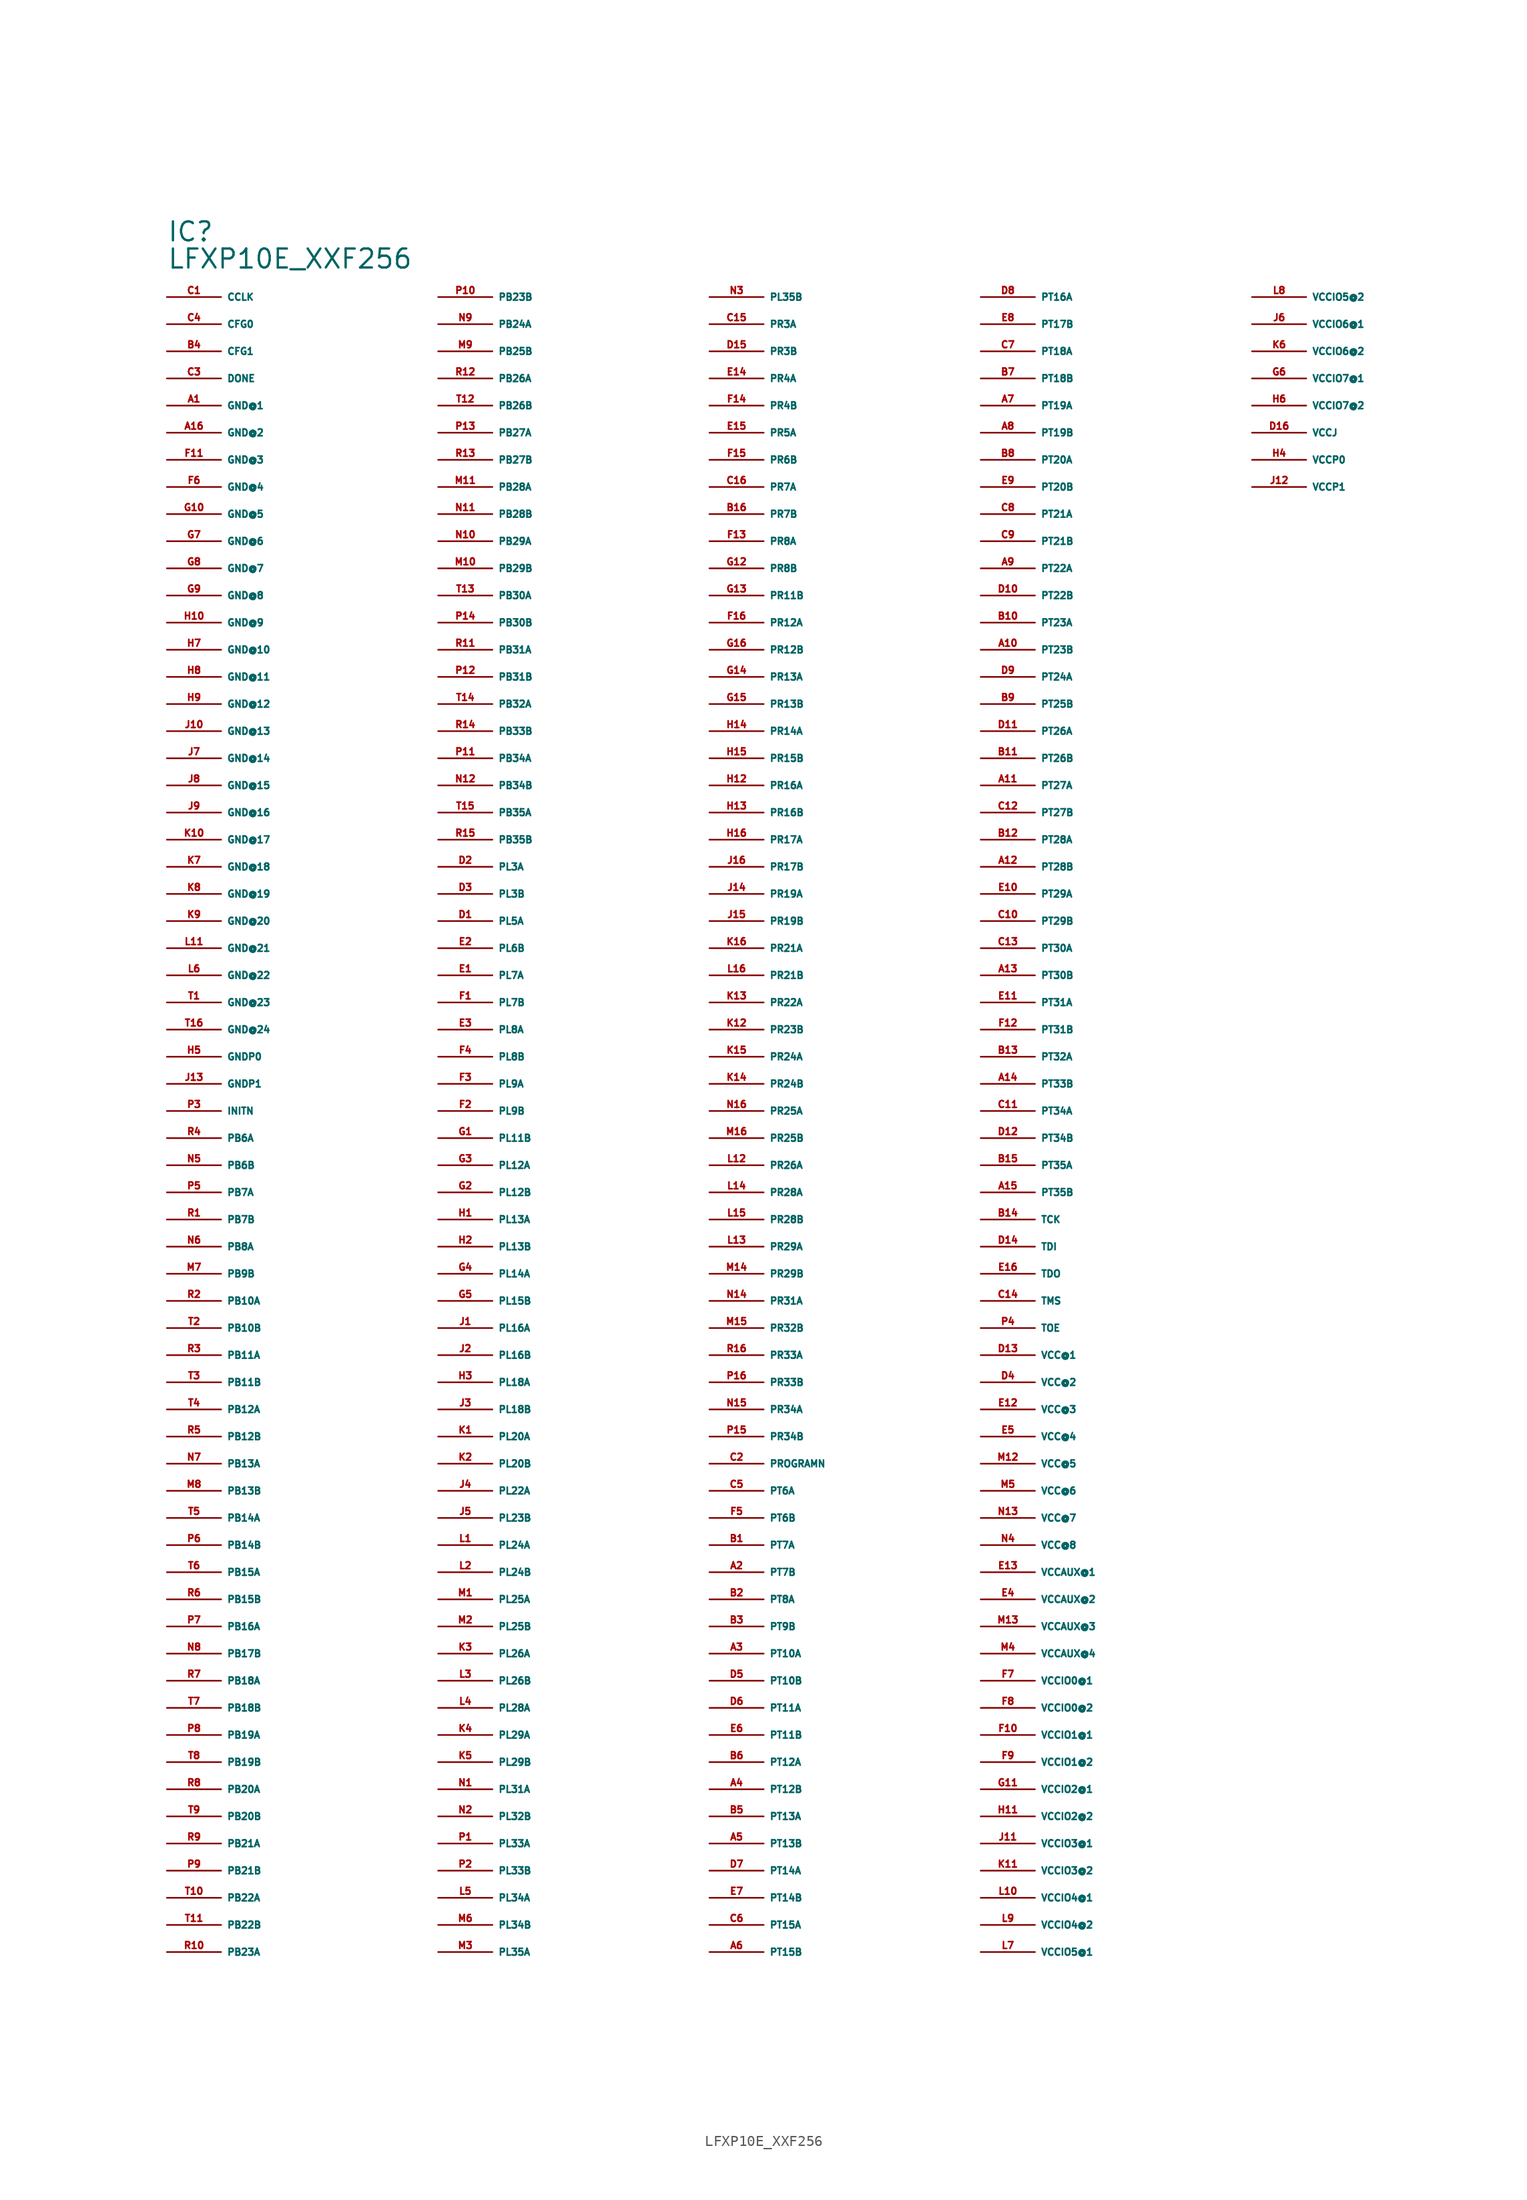
<source format=kicad_sym>
(kicad_symbol_lib
  (version 20220914)
  (generator Eagle2Kicad)
  (symbol "LFXP10E_XXF256"
    (property "Reference" "IC"
      (at -55.88 86.36 0)
      (effects (font (size 1.778 1.778) (thickness 0.22)) (justify left bottom)))
    (property "Value" "LFXP10E_XXF256"
      (at -55.88 83.82 0)
      (effects (font (size 1.778 1.778) (thickness 0.22)) (justify left bottom)))
    (pin bidirectional line
      (at -55.88 81.28 0)
      (length 5.08)
      (name "CCLK" (effects (font (size 0.635 0.635) (thickness 0.08)) (justify left bottom)))
      (number "C1" (effects (font (size 0.635 0.635) (thickness 0.08)) (justify left bottom))))
    (pin input line
      (at -55.88 78.74 0)
      (length 5.08)
      (name "CFG0" (effects (font (size 0.635 0.635) (thickness 0.08)) (justify left bottom)))
      (number "C4" (effects (font (size 0.635 0.635) (thickness 0.08)) (justify left bottom))))
    (pin input line
      (at -55.88 76.2 0)
      (length 5.08)
      (name "CFG1" (effects (font (size 0.635 0.635) (thickness 0.08)) (justify left bottom)))
      (number "B4" (effects (font (size 0.635 0.635) (thickness 0.08)) (justify left bottom))))
    (pin bidirectional line
      (at -55.88 73.66 0)
      (length 5.08)
      (name "DONE" (effects (font (size 0.635 0.635) (thickness 0.08)) (justify left bottom)))
      (number "C3" (effects (font (size 0.635 0.635) (thickness 0.08)) (justify left bottom))))
    (pin unspecified line
      (at -55.88 71.12 0)
      (length 5.08)
      (name "GND@1" (effects (font (size 0.635 0.635) (thickness 0.08)) (justify left bottom)))
      (number "A1" (effects (font (size 0.635 0.635) (thickness 0.08)) (justify left bottom))))
    (pin unspecified line
      (at -55.88 68.58 0)
      (length 5.08)
      (name "GND@2" (effects (font (size 0.635 0.635) (thickness 0.08)) (justify left bottom)))
      (number "A16" (effects (font (size 0.635 0.635) (thickness 0.08)) (justify left bottom))))
    (pin unspecified line
      (at -55.88 66.04 0)
      (length 5.08)
      (name "GND@3" (effects (font (size 0.635 0.635) (thickness 0.08)) (justify left bottom)))
      (number "F11" (effects (font (size 0.635 0.635) (thickness 0.08)) (justify left bottom))))
    (pin unspecified line
      (at -55.88 63.5 0)
      (length 5.08)
      (name "GND@4" (effects (font (size 0.635 0.635) (thickness 0.08)) (justify left bottom)))
      (number "F6" (effects (font (size 0.635 0.635) (thickness 0.08)) (justify left bottom))))
    (pin unspecified line
      (at -55.88 60.96 0)
      (length 5.08)
      (name "GND@5" (effects (font (size 0.635 0.635) (thickness 0.08)) (justify left bottom)))
      (number "G10" (effects (font (size 0.635 0.635) (thickness 0.08)) (justify left bottom))))
    (pin unspecified line
      (at -55.88 58.42 0)
      (length 5.08)
      (name "GND@6" (effects (font (size 0.635 0.635) (thickness 0.08)) (justify left bottom)))
      (number "G7" (effects (font (size 0.635 0.635) (thickness 0.08)) (justify left bottom))))
    (pin unspecified line
      (at -55.88 55.88 0)
      (length 5.08)
      (name "GND@7" (effects (font (size 0.635 0.635) (thickness 0.08)) (justify left bottom)))
      (number "G8" (effects (font (size 0.635 0.635) (thickness 0.08)) (justify left bottom))))
    (pin unspecified line
      (at -55.88 53.34 0)
      (length 5.08)
      (name "GND@8" (effects (font (size 0.635 0.635) (thickness 0.08)) (justify left bottom)))
      (number "G9" (effects (font (size 0.635 0.635) (thickness 0.08)) (justify left bottom))))
    (pin unspecified line
      (at -55.88 50.8 0)
      (length 5.08)
      (name "GND@9" (effects (font (size 0.635 0.635) (thickness 0.08)) (justify left bottom)))
      (number "H10" (effects (font (size 0.635 0.635) (thickness 0.08)) (justify left bottom))))
    (pin unspecified line
      (at -55.88 48.26 0)
      (length 5.08)
      (name "GND@10" (effects (font (size 0.635 0.635) (thickness 0.08)) (justify left bottom)))
      (number "H7" (effects (font (size 0.635 0.635) (thickness 0.08)) (justify left bottom))))
    (pin unspecified line
      (at -55.88 45.72 0)
      (length 5.08)
      (name "GND@11" (effects (font (size 0.635 0.635) (thickness 0.08)) (justify left bottom)))
      (number "H8" (effects (font (size 0.635 0.635) (thickness 0.08)) (justify left bottom))))
    (pin unspecified line
      (at -55.88 43.18 0)
      (length 5.08)
      (name "GND@12" (effects (font (size 0.635 0.635) (thickness 0.08)) (justify left bottom)))
      (number "H9" (effects (font (size 0.635 0.635) (thickness 0.08)) (justify left bottom))))
    (pin unspecified line
      (at -55.88 40.64 0)
      (length 5.08)
      (name "GND@13" (effects (font (size 0.635 0.635) (thickness 0.08)) (justify left bottom)))
      (number "J10" (effects (font (size 0.635 0.635) (thickness 0.08)) (justify left bottom))))
    (pin unspecified line
      (at -55.88 38.1 0)
      (length 5.08)
      (name "GND@14" (effects (font (size 0.635 0.635) (thickness 0.08)) (justify left bottom)))
      (number "J7" (effects (font (size 0.635 0.635) (thickness 0.08)) (justify left bottom))))
    (pin unspecified line
      (at -55.88 35.56 0)
      (length 5.08)
      (name "GND@15" (effects (font (size 0.635 0.635) (thickness 0.08)) (justify left bottom)))
      (number "J8" (effects (font (size 0.635 0.635) (thickness 0.08)) (justify left bottom))))
    (pin unspecified line
      (at -55.88 33.02 0)
      (length 5.08)
      (name "GND@16" (effects (font (size 0.635 0.635) (thickness 0.08)) (justify left bottom)))
      (number "J9" (effects (font (size 0.635 0.635) (thickness 0.08)) (justify left bottom))))
    (pin unspecified line
      (at -55.88 30.48 0)
      (length 5.08)
      (name "GND@17" (effects (font (size 0.635 0.635) (thickness 0.08)) (justify left bottom)))
      (number "K10" (effects (font (size 0.635 0.635) (thickness 0.08)) (justify left bottom))))
    (pin unspecified line
      (at -55.88 27.94 0)
      (length 5.08)
      (name "GND@18" (effects (font (size 0.635 0.635) (thickness 0.08)) (justify left bottom)))
      (number "K7" (effects (font (size 0.635 0.635) (thickness 0.08)) (justify left bottom))))
    (pin unspecified line
      (at -55.88 25.4 0)
      (length 5.08)
      (name "GND@19" (effects (font (size 0.635 0.635) (thickness 0.08)) (justify left bottom)))
      (number "K8" (effects (font (size 0.635 0.635) (thickness 0.08)) (justify left bottom))))
    (pin unspecified line
      (at -55.88 22.86 0)
      (length 5.08)
      (name "GND@20" (effects (font (size 0.635 0.635) (thickness 0.08)) (justify left bottom)))
      (number "K9" (effects (font (size 0.635 0.635) (thickness 0.08)) (justify left bottom))))
    (pin unspecified line
      (at -55.88 20.32 0)
      (length 5.08)
      (name "GND@21" (effects (font (size 0.635 0.635) (thickness 0.08)) (justify left bottom)))
      (number "L11" (effects (font (size 0.635 0.635) (thickness 0.08)) (justify left bottom))))
    (pin unspecified line
      (at -55.88 17.78 0)
      (length 5.08)
      (name "GND@22" (effects (font (size 0.635 0.635) (thickness 0.08)) (justify left bottom)))
      (number "L6" (effects (font (size 0.635 0.635) (thickness 0.08)) (justify left bottom))))
    (pin unspecified line
      (at -55.88 15.24 0)
      (length 5.08)
      (name "GND@23" (effects (font (size 0.635 0.635) (thickness 0.08)) (justify left bottom)))
      (number "T1" (effects (font (size 0.635 0.635) (thickness 0.08)) (justify left bottom))))
    (pin unspecified line
      (at -55.88 12.7 0)
      (length 5.08)
      (name "GND@24" (effects (font (size 0.635 0.635) (thickness 0.08)) (justify left bottom)))
      (number "T16" (effects (font (size 0.635 0.635) (thickness 0.08)) (justify left bottom))))
    (pin unspecified line
      (at -55.88 10.16 0)
      (length 5.08)
      (name "GNDP0" (effects (font (size 0.635 0.635) (thickness 0.08)) (justify left bottom)))
      (number "H5" (effects (font (size 0.635 0.635) (thickness 0.08)) (justify left bottom))))
    (pin unspecified line
      (at -55.88 7.62 0)
      (length 5.08)
      (name "GNDP1" (effects (font (size 0.635 0.635) (thickness 0.08)) (justify left bottom)))
      (number "J13" (effects (font (size 0.635 0.635) (thickness 0.08)) (justify left bottom))))
    (pin bidirectional line
      (at -55.88 5.08 0)
      (length 5.08)
      (name "INITN" (effects (font (size 0.635 0.635) (thickness 0.08)) (justify left bottom)))
      (number "P3" (effects (font (size 0.635 0.635) (thickness 0.08)) (justify left bottom))))
    (pin bidirectional line
      (at -55.88 2.54 0)
      (length 5.08)
      (name "PB6A" (effects (font (size 0.635 0.635) (thickness 0.08)) (justify left bottom)))
      (number "R4" (effects (font (size 0.635 0.635) (thickness 0.08)) (justify left bottom))))
    (pin bidirectional line
      (at -55.88 0 0)
      (length 5.08)
      (name "PB6B" (effects (font (size 0.635 0.635) (thickness 0.08)) (justify left bottom)))
      (number "N5" (effects (font (size 0.635 0.635) (thickness 0.08)) (justify left bottom))))
    (pin bidirectional line
      (at -55.88 -2.54 0)
      (length 5.08)
      (name "PB7A" (effects (font (size 0.635 0.635) (thickness 0.08)) (justify left bottom)))
      (number "P5" (effects (font (size 0.635 0.635) (thickness 0.08)) (justify left bottom))))
    (pin bidirectional line
      (at -55.88 -5.08 0)
      (length 5.08)
      (name "PB7B" (effects (font (size 0.635 0.635) (thickness 0.08)) (justify left bottom)))
      (number "R1" (effects (font (size 0.635 0.635) (thickness 0.08)) (justify left bottom))))
    (pin bidirectional line
      (at -55.88 -7.62 0)
      (length 5.08)
      (name "PB8A" (effects (font (size 0.635 0.635) (thickness 0.08)) (justify left bottom)))
      (number "N6" (effects (font (size 0.635 0.635) (thickness 0.08)) (justify left bottom))))
    (pin bidirectional line
      (at -55.88 -10.16 0)
      (length 5.08)
      (name "PB9B" (effects (font (size 0.635 0.635) (thickness 0.08)) (justify left bottom)))
      (number "M7" (effects (font (size 0.635 0.635) (thickness 0.08)) (justify left bottom))))
    (pin bidirectional line
      (at -55.88 -12.7 0)
      (length 5.08)
      (name "PB10A" (effects (font (size 0.635 0.635) (thickness 0.08)) (justify left bottom)))
      (number "R2" (effects (font (size 0.635 0.635) (thickness 0.08)) (justify left bottom))))
    (pin bidirectional line
      (at -55.88 -15.24 0)
      (length 5.08)
      (name "PB10B" (effects (font (size 0.635 0.635) (thickness 0.08)) (justify left bottom)))
      (number "T2" (effects (font (size 0.635 0.635) (thickness 0.08)) (justify left bottom))))
    (pin bidirectional line
      (at -55.88 -17.78 0)
      (length 5.08)
      (name "PB11A" (effects (font (size 0.635 0.635) (thickness 0.08)) (justify left bottom)))
      (number "R3" (effects (font (size 0.635 0.635) (thickness 0.08)) (justify left bottom))))
    (pin bidirectional line
      (at -55.88 -20.32 0)
      (length 5.08)
      (name "PB11B" (effects (font (size 0.635 0.635) (thickness 0.08)) (justify left bottom)))
      (number "T3" (effects (font (size 0.635 0.635) (thickness 0.08)) (justify left bottom))))
    (pin bidirectional line
      (at -55.88 -22.86 0)
      (length 5.08)
      (name "PB12A" (effects (font (size 0.635 0.635) (thickness 0.08)) (justify left bottom)))
      (number "T4" (effects (font (size 0.635 0.635) (thickness 0.08)) (justify left bottom))))
    (pin bidirectional line
      (at -55.88 -25.4 0)
      (length 5.08)
      (name "PB12B" (effects (font (size 0.635 0.635) (thickness 0.08)) (justify left bottom)))
      (number "R5" (effects (font (size 0.635 0.635) (thickness 0.08)) (justify left bottom))))
    (pin bidirectional line
      (at -55.88 -27.94 0)
      (length 5.08)
      (name "PB13A" (effects (font (size 0.635 0.635) (thickness 0.08)) (justify left bottom)))
      (number "N7" (effects (font (size 0.635 0.635) (thickness 0.08)) (justify left bottom))))
    (pin bidirectional line
      (at -55.88 -30.48 0)
      (length 5.08)
      (name "PB13B" (effects (font (size 0.635 0.635) (thickness 0.08)) (justify left bottom)))
      (number "M8" (effects (font (size 0.635 0.635) (thickness 0.08)) (justify left bottom))))
    (pin bidirectional line
      (at -55.88 -33.02 0)
      (length 5.08)
      (name "PB14A" (effects (font (size 0.635 0.635) (thickness 0.08)) (justify left bottom)))
      (number "T5" (effects (font (size 0.635 0.635) (thickness 0.08)) (justify left bottom))))
    (pin bidirectional line
      (at -55.88 -35.56 0)
      (length 5.08)
      (name "PB14B" (effects (font (size 0.635 0.635) (thickness 0.08)) (justify left bottom)))
      (number "P6" (effects (font (size 0.635 0.635) (thickness 0.08)) (justify left bottom))))
    (pin bidirectional line
      (at -55.88 -38.1 0)
      (length 5.08)
      (name "PB15A" (effects (font (size 0.635 0.635) (thickness 0.08)) (justify left bottom)))
      (number "T6" (effects (font (size 0.635 0.635) (thickness 0.08)) (justify left bottom))))
    (pin bidirectional line
      (at -55.88 -40.64 0)
      (length 5.08)
      (name "PB15B" (effects (font (size 0.635 0.635) (thickness 0.08)) (justify left bottom)))
      (number "R6" (effects (font (size 0.635 0.635) (thickness 0.08)) (justify left bottom))))
    (pin bidirectional line
      (at -55.88 -43.18 0)
      (length 5.08)
      (name "PB16A" (effects (font (size 0.635 0.635) (thickness 0.08)) (justify left bottom)))
      (number "P7" (effects (font (size 0.635 0.635) (thickness 0.08)) (justify left bottom))))
    (pin bidirectional line
      (at -55.88 -45.72 0)
      (length 5.08)
      (name "PB17B" (effects (font (size 0.635 0.635) (thickness 0.08)) (justify left bottom)))
      (number "N8" (effects (font (size 0.635 0.635) (thickness 0.08)) (justify left bottom))))
    (pin bidirectional line
      (at -55.88 -48.26 0)
      (length 5.08)
      (name "PB18A" (effects (font (size 0.635 0.635) (thickness 0.08)) (justify left bottom)))
      (number "R7" (effects (font (size 0.635 0.635) (thickness 0.08)) (justify left bottom))))
    (pin bidirectional line
      (at -55.88 -50.8 0)
      (length 5.08)
      (name "PB18B" (effects (font (size 0.635 0.635) (thickness 0.08)) (justify left bottom)))
      (number "T7" (effects (font (size 0.635 0.635) (thickness 0.08)) (justify left bottom))))
    (pin bidirectional line
      (at -55.88 -53.34 0)
      (length 5.08)
      (name "PB19A" (effects (font (size 0.635 0.635) (thickness 0.08)) (justify left bottom)))
      (number "P8" (effects (font (size 0.635 0.635) (thickness 0.08)) (justify left bottom))))
    (pin bidirectional line
      (at -55.88 -55.88 0)
      (length 5.08)
      (name "PB19B" (effects (font (size 0.635 0.635) (thickness 0.08)) (justify left bottom)))
      (number "T8" (effects (font (size 0.635 0.635) (thickness 0.08)) (justify left bottom))))
    (pin bidirectional line
      (at -55.88 -58.42 0)
      (length 5.08)
      (name "PB20A" (effects (font (size 0.635 0.635) (thickness 0.08)) (justify left bottom)))
      (number "R8" (effects (font (size 0.635 0.635) (thickness 0.08)) (justify left bottom))))
    (pin bidirectional line
      (at -55.88 -60.96 0)
      (length 5.08)
      (name "PB20B" (effects (font (size 0.635 0.635) (thickness 0.08)) (justify left bottom)))
      (number "T9" (effects (font (size 0.635 0.635) (thickness 0.08)) (justify left bottom))))
    (pin bidirectional line
      (at -55.88 -63.5 0)
      (length 5.08)
      (name "PB21A" (effects (font (size 0.635 0.635) (thickness 0.08)) (justify left bottom)))
      (number "R9" (effects (font (size 0.635 0.635) (thickness 0.08)) (justify left bottom))))
    (pin bidirectional line
      (at -55.88 -66.04 0)
      (length 5.08)
      (name "PB21B" (effects (font (size 0.635 0.635) (thickness 0.08)) (justify left bottom)))
      (number "P9" (effects (font (size 0.635 0.635) (thickness 0.08)) (justify left bottom))))
    (pin bidirectional line
      (at -55.88 -68.58 0)
      (length 5.08)
      (name "PB22A" (effects (font (size 0.635 0.635) (thickness 0.08)) (justify left bottom)))
      (number "T10" (effects (font (size 0.635 0.635) (thickness 0.08)) (justify left bottom))))
    (pin bidirectional line
      (at -55.88 -71.12 0)
      (length 5.08)
      (name "PB22B" (effects (font (size 0.635 0.635) (thickness 0.08)) (justify left bottom)))
      (number "T11" (effects (font (size 0.635 0.635) (thickness 0.08)) (justify left bottom))))
    (pin bidirectional line
      (at -55.88 -73.66 0)
      (length 5.08)
      (name "PB23A" (effects (font (size 0.635 0.635) (thickness 0.08)) (justify left bottom)))
      (number "R10" (effects (font (size 0.635 0.635) (thickness 0.08)) (justify left bottom))))
    (pin bidirectional line
      (at -30.48 81.28 0)
      (length 5.08)
      (name "PB23B" (effects (font (size 0.635 0.635) (thickness 0.08)) (justify left bottom)))
      (number "P10" (effects (font (size 0.635 0.635) (thickness 0.08)) (justify left bottom))))
    (pin bidirectional line
      (at -30.48 78.74 0)
      (length 5.08)
      (name "PB24A" (effects (font (size 0.635 0.635) (thickness 0.08)) (justify left bottom)))
      (number "N9" (effects (font (size 0.635 0.635) (thickness 0.08)) (justify left bottom))))
    (pin bidirectional line
      (at -30.48 76.2 0)
      (length 5.08)
      (name "PB25B" (effects (font (size 0.635 0.635) (thickness 0.08)) (justify left bottom)))
      (number "M9" (effects (font (size 0.635 0.635) (thickness 0.08)) (justify left bottom))))
    (pin bidirectional line
      (at -30.48 73.66 0)
      (length 5.08)
      (name "PB26A" (effects (font (size 0.635 0.635) (thickness 0.08)) (justify left bottom)))
      (number "R12" (effects (font (size 0.635 0.635) (thickness 0.08)) (justify left bottom))))
    (pin bidirectional line
      (at -30.48 71.12 0)
      (length 5.08)
      (name "PB26B" (effects (font (size 0.635 0.635) (thickness 0.08)) (justify left bottom)))
      (number "T12" (effects (font (size 0.635 0.635) (thickness 0.08)) (justify left bottom))))
    (pin bidirectional line
      (at -30.48 68.58 0)
      (length 5.08)
      (name "PB27A" (effects (font (size 0.635 0.635) (thickness 0.08)) (justify left bottom)))
      (number "P13" (effects (font (size 0.635 0.635) (thickness 0.08)) (justify left bottom))))
    (pin bidirectional line
      (at -30.48 66.04 0)
      (length 5.08)
      (name "PB27B" (effects (font (size 0.635 0.635) (thickness 0.08)) (justify left bottom)))
      (number "R13" (effects (font (size 0.635 0.635) (thickness 0.08)) (justify left bottom))))
    (pin bidirectional line
      (at -30.48 63.5 0)
      (length 5.08)
      (name "PB28A" (effects (font (size 0.635 0.635) (thickness 0.08)) (justify left bottom)))
      (number "M11" (effects (font (size 0.635 0.635) (thickness 0.08)) (justify left bottom))))
    (pin bidirectional line
      (at -30.48 60.96 0)
      (length 5.08)
      (name "PB28B" (effects (font (size 0.635 0.635) (thickness 0.08)) (justify left bottom)))
      (number "N11" (effects (font (size 0.635 0.635) (thickness 0.08)) (justify left bottom))))
    (pin bidirectional line
      (at -30.48 58.42 0)
      (length 5.08)
      (name "PB29A" (effects (font (size 0.635 0.635) (thickness 0.08)) (justify left bottom)))
      (number "N10" (effects (font (size 0.635 0.635) (thickness 0.08)) (justify left bottom))))
    (pin bidirectional line
      (at -30.48 55.88 0)
      (length 5.08)
      (name "PB29B" (effects (font (size 0.635 0.635) (thickness 0.08)) (justify left bottom)))
      (number "M10" (effects (font (size 0.635 0.635) (thickness 0.08)) (justify left bottom))))
    (pin bidirectional line
      (at -30.48 53.34 0)
      (length 5.08)
      (name "PB30A" (effects (font (size 0.635 0.635) (thickness 0.08)) (justify left bottom)))
      (number "T13" (effects (font (size 0.635 0.635) (thickness 0.08)) (justify left bottom))))
    (pin bidirectional line
      (at -30.48 50.8 0)
      (length 5.08)
      (name "PB30B" (effects (font (size 0.635 0.635) (thickness 0.08)) (justify left bottom)))
      (number "P14" (effects (font (size 0.635 0.635) (thickness 0.08)) (justify left bottom))))
    (pin bidirectional line
      (at -30.48 48.26 0)
      (length 5.08)
      (name "PB31A" (effects (font (size 0.635 0.635) (thickness 0.08)) (justify left bottom)))
      (number "R11" (effects (font (size 0.635 0.635) (thickness 0.08)) (justify left bottom))))
    (pin bidirectional line
      (at -30.48 45.72 0)
      (length 5.08)
      (name "PB31B" (effects (font (size 0.635 0.635) (thickness 0.08)) (justify left bottom)))
      (number "P12" (effects (font (size 0.635 0.635) (thickness 0.08)) (justify left bottom))))
    (pin bidirectional line
      (at -30.48 43.18 0)
      (length 5.08)
      (name "PB32A" (effects (font (size 0.635 0.635) (thickness 0.08)) (justify left bottom)))
      (number "T14" (effects (font (size 0.635 0.635) (thickness 0.08)) (justify left bottom))))
    (pin bidirectional line
      (at -30.48 40.64 0)
      (length 5.08)
      (name "PB33B" (effects (font (size 0.635 0.635) (thickness 0.08)) (justify left bottom)))
      (number "R14" (effects (font (size 0.635 0.635) (thickness 0.08)) (justify left bottom))))
    (pin bidirectional line
      (at -30.48 38.1 0)
      (length 5.08)
      (name "PB34A" (effects (font (size 0.635 0.635) (thickness 0.08)) (justify left bottom)))
      (number "P11" (effects (font (size 0.635 0.635) (thickness 0.08)) (justify left bottom))))
    (pin bidirectional line
      (at -30.48 35.56 0)
      (length 5.08)
      (name "PB34B" (effects (font (size 0.635 0.635) (thickness 0.08)) (justify left bottom)))
      (number "N12" (effects (font (size 0.635 0.635) (thickness 0.08)) (justify left bottom))))
    (pin bidirectional line
      (at -30.48 33.02 0)
      (length 5.08)
      (name "PB35A" (effects (font (size 0.635 0.635) (thickness 0.08)) (justify left bottom)))
      (number "T15" (effects (font (size 0.635 0.635) (thickness 0.08)) (justify left bottom))))
    (pin bidirectional line
      (at -30.48 30.48 0)
      (length 5.08)
      (name "PB35B" (effects (font (size 0.635 0.635) (thickness 0.08)) (justify left bottom)))
      (number "R15" (effects (font (size 0.635 0.635) (thickness 0.08)) (justify left bottom))))
    (pin bidirectional line
      (at -30.48 27.94 0)
      (length 5.08)
      (name "PL3A" (effects (font (size 0.635 0.635) (thickness 0.08)) (justify left bottom)))
      (number "D2" (effects (font (size 0.635 0.635) (thickness 0.08)) (justify left bottom))))
    (pin bidirectional line
      (at -30.48 25.4 0)
      (length 5.08)
      (name "PL3B" (effects (font (size 0.635 0.635) (thickness 0.08)) (justify left bottom)))
      (number "D3" (effects (font (size 0.635 0.635) (thickness 0.08)) (justify left bottom))))
    (pin bidirectional line
      (at -30.48 22.86 0)
      (length 5.08)
      (name "PL5A" (effects (font (size 0.635 0.635) (thickness 0.08)) (justify left bottom)))
      (number "D1" (effects (font (size 0.635 0.635) (thickness 0.08)) (justify left bottom))))
    (pin bidirectional line
      (at -30.48 20.32 0)
      (length 5.08)
      (name "PL6B" (effects (font (size 0.635 0.635) (thickness 0.08)) (justify left bottom)))
      (number "E2" (effects (font (size 0.635 0.635) (thickness 0.08)) (justify left bottom))))
    (pin bidirectional line
      (at -30.48 17.78 0)
      (length 5.08)
      (name "PL7A" (effects (font (size 0.635 0.635) (thickness 0.08)) (justify left bottom)))
      (number "E1" (effects (font (size 0.635 0.635) (thickness 0.08)) (justify left bottom))))
    (pin bidirectional line
      (at -30.48 15.24 0)
      (length 5.08)
      (name "PL7B" (effects (font (size 0.635 0.635) (thickness 0.08)) (justify left bottom)))
      (number "F1" (effects (font (size 0.635 0.635) (thickness 0.08)) (justify left bottom))))
    (pin bidirectional line
      (at -30.48 12.7 0)
      (length 5.08)
      (name "PL8A" (effects (font (size 0.635 0.635) (thickness 0.08)) (justify left bottom)))
      (number "E3" (effects (font (size 0.635 0.635) (thickness 0.08)) (justify left bottom))))
    (pin bidirectional line
      (at -30.48 10.16 0)
      (length 5.08)
      (name "PL8B" (effects (font (size 0.635 0.635) (thickness 0.08)) (justify left bottom)))
      (number "F4" (effects (font (size 0.635 0.635) (thickness 0.08)) (justify left bottom))))
    (pin bidirectional line
      (at -30.48 7.62 0)
      (length 5.08)
      (name "PL9A" (effects (font (size 0.635 0.635) (thickness 0.08)) (justify left bottom)))
      (number "F3" (effects (font (size 0.635 0.635) (thickness 0.08)) (justify left bottom))))
    (pin bidirectional line
      (at -30.48 5.08 0)
      (length 5.08)
      (name "PL9B" (effects (font (size 0.635 0.635) (thickness 0.08)) (justify left bottom)))
      (number "F2" (effects (font (size 0.635 0.635) (thickness 0.08)) (justify left bottom))))
    (pin bidirectional line
      (at -30.48 2.54 0)
      (length 5.08)
      (name "PL11B" (effects (font (size 0.635 0.635) (thickness 0.08)) (justify left bottom)))
      (number "G1" (effects (font (size 0.635 0.635) (thickness 0.08)) (justify left bottom))))
    (pin bidirectional line
      (at -30.48 0 0)
      (length 5.08)
      (name "PL12A" (effects (font (size 0.635 0.635) (thickness 0.08)) (justify left bottom)))
      (number "G3" (effects (font (size 0.635 0.635) (thickness 0.08)) (justify left bottom))))
    (pin bidirectional line
      (at -30.48 -2.54 0)
      (length 5.08)
      (name "PL12B" (effects (font (size 0.635 0.635) (thickness 0.08)) (justify left bottom)))
      (number "G2" (effects (font (size 0.635 0.635) (thickness 0.08)) (justify left bottom))))
    (pin bidirectional line
      (at -30.48 -5.08 0)
      (length 5.08)
      (name "PL13A" (effects (font (size 0.635 0.635) (thickness 0.08)) (justify left bottom)))
      (number "H1" (effects (font (size 0.635 0.635) (thickness 0.08)) (justify left bottom))))
    (pin bidirectional line
      (at -30.48 -7.62 0)
      (length 5.08)
      (name "PL13B" (effects (font (size 0.635 0.635) (thickness 0.08)) (justify left bottom)))
      (number "H2" (effects (font (size 0.635 0.635) (thickness 0.08)) (justify left bottom))))
    (pin bidirectional line
      (at -30.48 -10.16 0)
      (length 5.08)
      (name "PL14A" (effects (font (size 0.635 0.635) (thickness 0.08)) (justify left bottom)))
      (number "G4" (effects (font (size 0.635 0.635) (thickness 0.08)) (justify left bottom))))
    (pin bidirectional line
      (at -30.48 -12.7 0)
      (length 5.08)
      (name "PL15B" (effects (font (size 0.635 0.635) (thickness 0.08)) (justify left bottom)))
      (number "G5" (effects (font (size 0.635 0.635) (thickness 0.08)) (justify left bottom))))
    (pin bidirectional line
      (at -30.48 -15.24 0)
      (length 5.08)
      (name "PL16A" (effects (font (size 0.635 0.635) (thickness 0.08)) (justify left bottom)))
      (number "J1" (effects (font (size 0.635 0.635) (thickness 0.08)) (justify left bottom))))
    (pin bidirectional line
      (at -30.48 -17.78 0)
      (length 5.08)
      (name "PL16B" (effects (font (size 0.635 0.635) (thickness 0.08)) (justify left bottom)))
      (number "J2" (effects (font (size 0.635 0.635) (thickness 0.08)) (justify left bottom))))
    (pin bidirectional line
      (at -30.48 -20.32 0)
      (length 5.08)
      (name "PL18A" (effects (font (size 0.635 0.635) (thickness 0.08)) (justify left bottom)))
      (number "H3" (effects (font (size 0.635 0.635) (thickness 0.08)) (justify left bottom))))
    (pin bidirectional line
      (at -30.48 -22.86 0)
      (length 5.08)
      (name "PL18B" (effects (font (size 0.635 0.635) (thickness 0.08)) (justify left bottom)))
      (number "J3" (effects (font (size 0.635 0.635) (thickness 0.08)) (justify left bottom))))
    (pin bidirectional line
      (at -30.48 -25.4 0)
      (length 5.08)
      (name "PL20A" (effects (font (size 0.635 0.635) (thickness 0.08)) (justify left bottom)))
      (number "K1" (effects (font (size 0.635 0.635) (thickness 0.08)) (justify left bottom))))
    (pin bidirectional line
      (at -30.48 -27.94 0)
      (length 5.08)
      (name "PL20B" (effects (font (size 0.635 0.635) (thickness 0.08)) (justify left bottom)))
      (number "K2" (effects (font (size 0.635 0.635) (thickness 0.08)) (justify left bottom))))
    (pin bidirectional line
      (at -30.48 -30.48 0)
      (length 5.08)
      (name "PL22A" (effects (font (size 0.635 0.635) (thickness 0.08)) (justify left bottom)))
      (number "J4" (effects (font (size 0.635 0.635) (thickness 0.08)) (justify left bottom))))
    (pin bidirectional line
      (at -30.48 -33.02 0)
      (length 5.08)
      (name "PL23B" (effects (font (size 0.635 0.635) (thickness 0.08)) (justify left bottom)))
      (number "J5" (effects (font (size 0.635 0.635) (thickness 0.08)) (justify left bottom))))
    (pin bidirectional line
      (at -30.48 -35.56 0)
      (length 5.08)
      (name "PL24A" (effects (font (size 0.635 0.635) (thickness 0.08)) (justify left bottom)))
      (number "L1" (effects (font (size 0.635 0.635) (thickness 0.08)) (justify left bottom))))
    (pin bidirectional line
      (at -30.48 -38.1 0)
      (length 5.08)
      (name "PL24B" (effects (font (size 0.635 0.635) (thickness 0.08)) (justify left bottom)))
      (number "L2" (effects (font (size 0.635 0.635) (thickness 0.08)) (justify left bottom))))
    (pin bidirectional line
      (at -30.48 -40.64 0)
      (length 5.08)
      (name "PL25A" (effects (font (size 0.635 0.635) (thickness 0.08)) (justify left bottom)))
      (number "M1" (effects (font (size 0.635 0.635) (thickness 0.08)) (justify left bottom))))
    (pin bidirectional line
      (at -30.48 -43.18 0)
      (length 5.08)
      (name "PL25B" (effects (font (size 0.635 0.635) (thickness 0.08)) (justify left bottom)))
      (number "M2" (effects (font (size 0.635 0.635) (thickness 0.08)) (justify left bottom))))
    (pin bidirectional line
      (at -30.48 -45.72 0)
      (length 5.08)
      (name "PL26A" (effects (font (size 0.635 0.635) (thickness 0.08)) (justify left bottom)))
      (number "K3" (effects (font (size 0.635 0.635) (thickness 0.08)) (justify left bottom))))
    (pin bidirectional line
      (at -30.48 -48.26 0)
      (length 5.08)
      (name "PL26B" (effects (font (size 0.635 0.635) (thickness 0.08)) (justify left bottom)))
      (number "L3" (effects (font (size 0.635 0.635) (thickness 0.08)) (justify left bottom))))
    (pin bidirectional line
      (at -30.48 -50.8 0)
      (length 5.08)
      (name "PL28A" (effects (font (size 0.635 0.635) (thickness 0.08)) (justify left bottom)))
      (number "L4" (effects (font (size 0.635 0.635) (thickness 0.08)) (justify left bottom))))
    (pin bidirectional line
      (at -30.48 -53.34 0)
      (length 5.08)
      (name "PL29A" (effects (font (size 0.635 0.635) (thickness 0.08)) (justify left bottom)))
      (number "K4" (effects (font (size 0.635 0.635) (thickness 0.08)) (justify left bottom))))
    (pin bidirectional line
      (at -30.48 -55.88 0)
      (length 5.08)
      (name "PL29B" (effects (font (size 0.635 0.635) (thickness 0.08)) (justify left bottom)))
      (number "K5" (effects (font (size 0.635 0.635) (thickness 0.08)) (justify left bottom))))
    (pin bidirectional line
      (at -30.48 -58.42 0)
      (length 5.08)
      (name "PL31A" (effects (font (size 0.635 0.635) (thickness 0.08)) (justify left bottom)))
      (number "N1" (effects (font (size 0.635 0.635) (thickness 0.08)) (justify left bottom))))
    (pin bidirectional line
      (at -30.48 -60.96 0)
      (length 5.08)
      (name "PL32B" (effects (font (size 0.635 0.635) (thickness 0.08)) (justify left bottom)))
      (number "N2" (effects (font (size 0.635 0.635) (thickness 0.08)) (justify left bottom))))
    (pin bidirectional line
      (at -30.48 -63.5 0)
      (length 5.08)
      (name "PL33A" (effects (font (size 0.635 0.635) (thickness 0.08)) (justify left bottom)))
      (number "P1" (effects (font (size 0.635 0.635) (thickness 0.08)) (justify left bottom))))
    (pin bidirectional line
      (at -30.48 -66.04 0)
      (length 5.08)
      (name "PL33B" (effects (font (size 0.635 0.635) (thickness 0.08)) (justify left bottom)))
      (number "P2" (effects (font (size 0.635 0.635) (thickness 0.08)) (justify left bottom))))
    (pin bidirectional line
      (at -30.48 -68.58 0)
      (length 5.08)
      (name "PL34A" (effects (font (size 0.635 0.635) (thickness 0.08)) (justify left bottom)))
      (number "L5" (effects (font (size 0.635 0.635) (thickness 0.08)) (justify left bottom))))
    (pin bidirectional line
      (at -30.48 -71.12 0)
      (length 5.08)
      (name "PL34B" (effects (font (size 0.635 0.635) (thickness 0.08)) (justify left bottom)))
      (number "M6" (effects (font (size 0.635 0.635) (thickness 0.08)) (justify left bottom))))
    (pin bidirectional line
      (at -30.48 -73.66 0)
      (length 5.08)
      (name "PL35A" (effects (font (size 0.635 0.635) (thickness 0.08)) (justify left bottom)))
      (number "M3" (effects (font (size 0.635 0.635) (thickness 0.08)) (justify left bottom))))
    (pin bidirectional line
      (at -5.08 81.28 0)
      (length 5.08)
      (name "PL35B" (effects (font (size 0.635 0.635) (thickness 0.08)) (justify left bottom)))
      (number "N3" (effects (font (size 0.635 0.635) (thickness 0.08)) (justify left bottom))))
    (pin bidirectional line
      (at -5.08 78.74 0)
      (length 5.08)
      (name "PR3A" (effects (font (size 0.635 0.635) (thickness 0.08)) (justify left bottom)))
      (number "C15" (effects (font (size 0.635 0.635) (thickness 0.08)) (justify left bottom))))
    (pin bidirectional line
      (at -5.08 76.2 0)
      (length 5.08)
      (name "PR3B" (effects (font (size 0.635 0.635) (thickness 0.08)) (justify left bottom)))
      (number "D15" (effects (font (size 0.635 0.635) (thickness 0.08)) (justify left bottom))))
    (pin bidirectional line
      (at -5.08 73.66 0)
      (length 5.08)
      (name "PR4A" (effects (font (size 0.635 0.635) (thickness 0.08)) (justify left bottom)))
      (number "E14" (effects (font (size 0.635 0.635) (thickness 0.08)) (justify left bottom))))
    (pin bidirectional line
      (at -5.08 71.12 0)
      (length 5.08)
      (name "PR4B" (effects (font (size 0.635 0.635) (thickness 0.08)) (justify left bottom)))
      (number "F14" (effects (font (size 0.635 0.635) (thickness 0.08)) (justify left bottom))))
    (pin bidirectional line
      (at -5.08 68.58 0)
      (length 5.08)
      (name "PR5A" (effects (font (size 0.635 0.635) (thickness 0.08)) (justify left bottom)))
      (number "E15" (effects (font (size 0.635 0.635) (thickness 0.08)) (justify left bottom))))
    (pin bidirectional line
      (at -5.08 66.04 0)
      (length 5.08)
      (name "PR6B" (effects (font (size 0.635 0.635) (thickness 0.08)) (justify left bottom)))
      (number "F15" (effects (font (size 0.635 0.635) (thickness 0.08)) (justify left bottom))))
    (pin bidirectional line
      (at -5.08 63.5 0)
      (length 5.08)
      (name "PR7A" (effects (font (size 0.635 0.635) (thickness 0.08)) (justify left bottom)))
      (number "C16" (effects (font (size 0.635 0.635) (thickness 0.08)) (justify left bottom))))
    (pin bidirectional line
      (at -5.08 60.96 0)
      (length 5.08)
      (name "PR7B" (effects (font (size 0.635 0.635) (thickness 0.08)) (justify left bottom)))
      (number "B16" (effects (font (size 0.635 0.635) (thickness 0.08)) (justify left bottom))))
    (pin bidirectional line
      (at -5.08 58.42 0)
      (length 5.08)
      (name "PR8A" (effects (font (size 0.635 0.635) (thickness 0.08)) (justify left bottom)))
      (number "F13" (effects (font (size 0.635 0.635) (thickness 0.08)) (justify left bottom))))
    (pin bidirectional line
      (at -5.08 55.88 0)
      (length 5.08)
      (name "PR8B" (effects (font (size 0.635 0.635) (thickness 0.08)) (justify left bottom)))
      (number "G12" (effects (font (size 0.635 0.635) (thickness 0.08)) (justify left bottom))))
    (pin bidirectional line
      (at -5.08 53.34 0)
      (length 5.08)
      (name "PR11B" (effects (font (size 0.635 0.635) (thickness 0.08)) (justify left bottom)))
      (number "G13" (effects (font (size 0.635 0.635) (thickness 0.08)) (justify left bottom))))
    (pin bidirectional line
      (at -5.08 50.8 0)
      (length 5.08)
      (name "PR12A" (effects (font (size 0.635 0.635) (thickness 0.08)) (justify left bottom)))
      (number "F16" (effects (font (size 0.635 0.635) (thickness 0.08)) (justify left bottom))))
    (pin bidirectional line
      (at -5.08 48.26 0)
      (length 5.08)
      (name "PR12B" (effects (font (size 0.635 0.635) (thickness 0.08)) (justify left bottom)))
      (number "G16" (effects (font (size 0.635 0.635) (thickness 0.08)) (justify left bottom))))
    (pin bidirectional line
      (at -5.08 45.72 0)
      (length 5.08)
      (name "PR13A" (effects (font (size 0.635 0.635) (thickness 0.08)) (justify left bottom)))
      (number "G14" (effects (font (size 0.635 0.635) (thickness 0.08)) (justify left bottom))))
    (pin bidirectional line
      (at -5.08 43.18 0)
      (length 5.08)
      (name "PR13B" (effects (font (size 0.635 0.635) (thickness 0.08)) (justify left bottom)))
      (number "G15" (effects (font (size 0.635 0.635) (thickness 0.08)) (justify left bottom))))
    (pin bidirectional line
      (at -5.08 40.64 0)
      (length 5.08)
      (name "PR14A" (effects (font (size 0.635 0.635) (thickness 0.08)) (justify left bottom)))
      (number "H14" (effects (font (size 0.635 0.635) (thickness 0.08)) (justify left bottom))))
    (pin bidirectional line
      (at -5.08 38.1 0)
      (length 5.08)
      (name "PR15B" (effects (font (size 0.635 0.635) (thickness 0.08)) (justify left bottom)))
      (number "H15" (effects (font (size 0.635 0.635) (thickness 0.08)) (justify left bottom))))
    (pin bidirectional line
      (at -5.08 35.56 0)
      (length 5.08)
      (name "PR16A" (effects (font (size 0.635 0.635) (thickness 0.08)) (justify left bottom)))
      (number "H12" (effects (font (size 0.635 0.635) (thickness 0.08)) (justify left bottom))))
    (pin bidirectional line
      (at -5.08 33.02 0)
      (length 5.08)
      (name "PR16B" (effects (font (size 0.635 0.635) (thickness 0.08)) (justify left bottom)))
      (number "H13" (effects (font (size 0.635 0.635) (thickness 0.08)) (justify left bottom))))
    (pin bidirectional line
      (at -5.08 30.48 0)
      (length 5.08)
      (name "PR17A" (effects (font (size 0.635 0.635) (thickness 0.08)) (justify left bottom)))
      (number "H16" (effects (font (size 0.635 0.635) (thickness 0.08)) (justify left bottom))))
    (pin bidirectional line
      (at -5.08 27.94 0)
      (length 5.08)
      (name "PR17B" (effects (font (size 0.635 0.635) (thickness 0.08)) (justify left bottom)))
      (number "J16" (effects (font (size 0.635 0.635) (thickness 0.08)) (justify left bottom))))
    (pin bidirectional line
      (at -5.08 25.4 0)
      (length 5.08)
      (name "PR19A" (effects (font (size 0.635 0.635) (thickness 0.08)) (justify left bottom)))
      (number "J14" (effects (font (size 0.635 0.635) (thickness 0.08)) (justify left bottom))))
    (pin bidirectional line
      (at -5.08 22.86 0)
      (length 5.08)
      (name "PR19B" (effects (font (size 0.635 0.635) (thickness 0.08)) (justify left bottom)))
      (number "J15" (effects (font (size 0.635 0.635) (thickness 0.08)) (justify left bottom))))
    (pin bidirectional line
      (at -5.08 20.32 0)
      (length 5.08)
      (name "PR21A" (effects (font (size 0.635 0.635) (thickness 0.08)) (justify left bottom)))
      (number "K16" (effects (font (size 0.635 0.635) (thickness 0.08)) (justify left bottom))))
    (pin bidirectional line
      (at -5.08 17.78 0)
      (length 5.08)
      (name "PR21B" (effects (font (size 0.635 0.635) (thickness 0.08)) (justify left bottom)))
      (number "L16" (effects (font (size 0.635 0.635) (thickness 0.08)) (justify left bottom))))
    (pin bidirectional line
      (at -5.08 15.24 0)
      (length 5.08)
      (name "PR22A" (effects (font (size 0.635 0.635) (thickness 0.08)) (justify left bottom)))
      (number "K13" (effects (font (size 0.635 0.635) (thickness 0.08)) (justify left bottom))))
    (pin bidirectional line
      (at -5.08 12.7 0)
      (length 5.08)
      (name "PR23B" (effects (font (size 0.635 0.635) (thickness 0.08)) (justify left bottom)))
      (number "K12" (effects (font (size 0.635 0.635) (thickness 0.08)) (justify left bottom))))
    (pin bidirectional line
      (at -5.08 10.16 0)
      (length 5.08)
      (name "PR24A" (effects (font (size 0.635 0.635) (thickness 0.08)) (justify left bottom)))
      (number "K15" (effects (font (size 0.635 0.635) (thickness 0.08)) (justify left bottom))))
    (pin bidirectional line
      (at -5.08 7.62 0)
      (length 5.08)
      (name "PR24B" (effects (font (size 0.635 0.635) (thickness 0.08)) (justify left bottom)))
      (number "K14" (effects (font (size 0.635 0.635) (thickness 0.08)) (justify left bottom))))
    (pin bidirectional line
      (at -5.08 5.08 0)
      (length 5.08)
      (name "PR25A" (effects (font (size 0.635 0.635) (thickness 0.08)) (justify left bottom)))
      (number "N16" (effects (font (size 0.635 0.635) (thickness 0.08)) (justify left bottom))))
    (pin bidirectional line
      (at -5.08 2.54 0)
      (length 5.08)
      (name "PR25B" (effects (font (size 0.635 0.635) (thickness 0.08)) (justify left bottom)))
      (number "M16" (effects (font (size 0.635 0.635) (thickness 0.08)) (justify left bottom))))
    (pin bidirectional line
      (at -5.08 0 0)
      (length 5.08)
      (name "PR26A" (effects (font (size 0.635 0.635) (thickness 0.08)) (justify left bottom)))
      (number "L12" (effects (font (size 0.635 0.635) (thickness 0.08)) (justify left bottom))))
    (pin bidirectional line
      (at -5.08 -2.54 0)
      (length 5.08)
      (name "PR28A" (effects (font (size 0.635 0.635) (thickness 0.08)) (justify left bottom)))
      (number "L14" (effects (font (size 0.635 0.635) (thickness 0.08)) (justify left bottom))))
    (pin bidirectional line
      (at -5.08 -5.08 0)
      (length 5.08)
      (name "PR28B" (effects (font (size 0.635 0.635) (thickness 0.08)) (justify left bottom)))
      (number "L15" (effects (font (size 0.635 0.635) (thickness 0.08)) (justify left bottom))))
    (pin bidirectional line
      (at -5.08 -7.62 0)
      (length 5.08)
      (name "PR29A" (effects (font (size 0.635 0.635) (thickness 0.08)) (justify left bottom)))
      (number "L13" (effects (font (size 0.635 0.635) (thickness 0.08)) (justify left bottom))))
    (pin bidirectional line
      (at -5.08 -10.16 0)
      (length 5.08)
      (name "PR29B" (effects (font (size 0.635 0.635) (thickness 0.08)) (justify left bottom)))
      (number "M14" (effects (font (size 0.635 0.635) (thickness 0.08)) (justify left bottom))))
    (pin bidirectional line
      (at -5.08 -12.7 0)
      (length 5.08)
      (name "PR31A" (effects (font (size 0.635 0.635) (thickness 0.08)) (justify left bottom)))
      (number "N14" (effects (font (size 0.635 0.635) (thickness 0.08)) (justify left bottom))))
    (pin bidirectional line
      (at -5.08 -15.24 0)
      (length 5.08)
      (name "PR32B" (effects (font (size 0.635 0.635) (thickness 0.08)) (justify left bottom)))
      (number "M15" (effects (font (size 0.635 0.635) (thickness 0.08)) (justify left bottom))))
    (pin bidirectional line
      (at -5.08 -17.78 0)
      (length 5.08)
      (name "PR33A" (effects (font (size 0.635 0.635) (thickness 0.08)) (justify left bottom)))
      (number "R16" (effects (font (size 0.635 0.635) (thickness 0.08)) (justify left bottom))))
    (pin bidirectional line
      (at -5.08 -20.32 0)
      (length 5.08)
      (name "PR33B" (effects (font (size 0.635 0.635) (thickness 0.08)) (justify left bottom)))
      (number "P16" (effects (font (size 0.635 0.635) (thickness 0.08)) (justify left bottom))))
    (pin bidirectional line
      (at -5.08 -22.86 0)
      (length 5.08)
      (name "PR34A" (effects (font (size 0.635 0.635) (thickness 0.08)) (justify left bottom)))
      (number "N15" (effects (font (size 0.635 0.635) (thickness 0.08)) (justify left bottom))))
    (pin bidirectional line
      (at -5.08 -25.4 0)
      (length 5.08)
      (name "PR34B" (effects (font (size 0.635 0.635) (thickness 0.08)) (justify left bottom)))
      (number "P15" (effects (font (size 0.635 0.635) (thickness 0.08)) (justify left bottom))))
    (pin input line
      (at -5.08 -27.94 0)
      (length 5.08)
      (name "PROGRAMN" (effects (font (size 0.635 0.635) (thickness 0.08)) (justify left bottom)))
      (number "C2" (effects (font (size 0.635 0.635) (thickness 0.08)) (justify left bottom))))
    (pin bidirectional line
      (at -5.08 -30.48 0)
      (length 5.08)
      (name "PT6A" (effects (font (size 0.635 0.635) (thickness 0.08)) (justify left bottom)))
      (number "C5" (effects (font (size 0.635 0.635) (thickness 0.08)) (justify left bottom))))
    (pin bidirectional line
      (at -5.08 -33.02 0)
      (length 5.08)
      (name "PT6B" (effects (font (size 0.635 0.635) (thickness 0.08)) (justify left bottom)))
      (number "F5" (effects (font (size 0.635 0.635) (thickness 0.08)) (justify left bottom))))
    (pin bidirectional line
      (at -5.08 -35.56 0)
      (length 5.08)
      (name "PT7A" (effects (font (size 0.635 0.635) (thickness 0.08)) (justify left bottom)))
      (number "B1" (effects (font (size 0.635 0.635) (thickness 0.08)) (justify left bottom))))
    (pin bidirectional line
      (at -5.08 -38.1 0)
      (length 5.08)
      (name "PT7B" (effects (font (size 0.635 0.635) (thickness 0.08)) (justify left bottom)))
      (number "A2" (effects (font (size 0.635 0.635) (thickness 0.08)) (justify left bottom))))
    (pin bidirectional line
      (at -5.08 -40.64 0)
      (length 5.08)
      (name "PT8A" (effects (font (size 0.635 0.635) (thickness 0.08)) (justify left bottom)))
      (number "B2" (effects (font (size 0.635 0.635) (thickness 0.08)) (justify left bottom))))
    (pin bidirectional line
      (at -5.08 -43.18 0)
      (length 5.08)
      (name "PT9B" (effects (font (size 0.635 0.635) (thickness 0.08)) (justify left bottom)))
      (number "B3" (effects (font (size 0.635 0.635) (thickness 0.08)) (justify left bottom))))
    (pin bidirectional line
      (at -5.08 -45.72 0)
      (length 5.08)
      (name "PT10A" (effects (font (size 0.635 0.635) (thickness 0.08)) (justify left bottom)))
      (number "A3" (effects (font (size 0.635 0.635) (thickness 0.08)) (justify left bottom))))
    (pin bidirectional line
      (at -5.08 -48.26 0)
      (length 5.08)
      (name "PT10B" (effects (font (size 0.635 0.635) (thickness 0.08)) (justify left bottom)))
      (number "D5" (effects (font (size 0.635 0.635) (thickness 0.08)) (justify left bottom))))
    (pin bidirectional line
      (at -5.08 -50.8 0)
      (length 5.08)
      (name "PT11A" (effects (font (size 0.635 0.635) (thickness 0.08)) (justify left bottom)))
      (number "D6" (effects (font (size 0.635 0.635) (thickness 0.08)) (justify left bottom))))
    (pin bidirectional line
      (at -5.08 -53.34 0)
      (length 5.08)
      (name "PT11B" (effects (font (size 0.635 0.635) (thickness 0.08)) (justify left bottom)))
      (number "E6" (effects (font (size 0.635 0.635) (thickness 0.08)) (justify left bottom))))
    (pin bidirectional line
      (at -5.08 -55.88 0)
      (length 5.08)
      (name "PT12A" (effects (font (size 0.635 0.635) (thickness 0.08)) (justify left bottom)))
      (number "B6" (effects (font (size 0.635 0.635) (thickness 0.08)) (justify left bottom))))
    (pin bidirectional line
      (at -5.08 -58.42 0)
      (length 5.08)
      (name "PT12B" (effects (font (size 0.635 0.635) (thickness 0.08)) (justify left bottom)))
      (number "A4" (effects (font (size 0.635 0.635) (thickness 0.08)) (justify left bottom))))
    (pin bidirectional line
      (at -5.08 -60.96 0)
      (length 5.08)
      (name "PT13A" (effects (font (size 0.635 0.635) (thickness 0.08)) (justify left bottom)))
      (number "B5" (effects (font (size 0.635 0.635) (thickness 0.08)) (justify left bottom))))
    (pin bidirectional line
      (at -5.08 -63.5 0)
      (length 5.08)
      (name "PT13B" (effects (font (size 0.635 0.635) (thickness 0.08)) (justify left bottom)))
      (number "A5" (effects (font (size 0.635 0.635) (thickness 0.08)) (justify left bottom))))
    (pin bidirectional line
      (at -5.08 -66.04 0)
      (length 5.08)
      (name "PT14A" (effects (font (size 0.635 0.635) (thickness 0.08)) (justify left bottom)))
      (number "D7" (effects (font (size 0.635 0.635) (thickness 0.08)) (justify left bottom))))
    (pin bidirectional line
      (at -5.08 -68.58 0)
      (length 5.08)
      (name "PT14B" (effects (font (size 0.635 0.635) (thickness 0.08)) (justify left bottom)))
      (number "E7" (effects (font (size 0.635 0.635) (thickness 0.08)) (justify left bottom))))
    (pin bidirectional line
      (at -5.08 -71.12 0)
      (length 5.08)
      (name "PT15A" (effects (font (size 0.635 0.635) (thickness 0.08)) (justify left bottom)))
      (number "C6" (effects (font (size 0.635 0.635) (thickness 0.08)) (justify left bottom))))
    (pin bidirectional line
      (at -5.08 -73.66 0)
      (length 5.08)
      (name "PT15B" (effects (font (size 0.635 0.635) (thickness 0.08)) (justify left bottom)))
      (number "A6" (effects (font (size 0.635 0.635) (thickness 0.08)) (justify left bottom))))
    (pin bidirectional line
      (at 20.32 81.28 0)
      (length 5.08)
      (name "PT16A" (effects (font (size 0.635 0.635) (thickness 0.08)) (justify left bottom)))
      (number "D8" (effects (font (size 0.635 0.635) (thickness 0.08)) (justify left bottom))))
    (pin bidirectional line
      (at 20.32 78.74 0)
      (length 5.08)
      (name "PT17B" (effects (font (size 0.635 0.635) (thickness 0.08)) (justify left bottom)))
      (number "E8" (effects (font (size 0.635 0.635) (thickness 0.08)) (justify left bottom))))
    (pin bidirectional line
      (at 20.32 76.2 0)
      (length 5.08)
      (name "PT18A" (effects (font (size 0.635 0.635) (thickness 0.08)) (justify left bottom)))
      (number "C7" (effects (font (size 0.635 0.635) (thickness 0.08)) (justify left bottom))))
    (pin bidirectional line
      (at 20.32 73.66 0)
      (length 5.08)
      (name "PT18B" (effects (font (size 0.635 0.635) (thickness 0.08)) (justify left bottom)))
      (number "B7" (effects (font (size 0.635 0.635) (thickness 0.08)) (justify left bottom))))
    (pin bidirectional line
      (at 20.32 71.12 0)
      (length 5.08)
      (name "PT19A" (effects (font (size 0.635 0.635) (thickness 0.08)) (justify left bottom)))
      (number "A7" (effects (font (size 0.635 0.635) (thickness 0.08)) (justify left bottom))))
    (pin bidirectional line
      (at 20.32 68.58 0)
      (length 5.08)
      (name "PT19B" (effects (font (size 0.635 0.635) (thickness 0.08)) (justify left bottom)))
      (number "A8" (effects (font (size 0.635 0.635) (thickness 0.08)) (justify left bottom))))
    (pin bidirectional line
      (at 20.32 66.04 0)
      (length 5.08)
      (name "PT20A" (effects (font (size 0.635 0.635) (thickness 0.08)) (justify left bottom)))
      (number "B8" (effects (font (size 0.635 0.635) (thickness 0.08)) (justify left bottom))))
    (pin bidirectional line
      (at 20.32 63.5 0)
      (length 5.08)
      (name "PT20B" (effects (font (size 0.635 0.635) (thickness 0.08)) (justify left bottom)))
      (number "E9" (effects (font (size 0.635 0.635) (thickness 0.08)) (justify left bottom))))
    (pin bidirectional line
      (at 20.32 60.96 0)
      (length 5.08)
      (name "PT21A" (effects (font (size 0.635 0.635) (thickness 0.08)) (justify left bottom)))
      (number "C8" (effects (font (size 0.635 0.635) (thickness 0.08)) (justify left bottom))))
    (pin bidirectional line
      (at 20.32 58.42 0)
      (length 5.08)
      (name "PT21B" (effects (font (size 0.635 0.635) (thickness 0.08)) (justify left bottom)))
      (number "C9" (effects (font (size 0.635 0.635) (thickness 0.08)) (justify left bottom))))
    (pin bidirectional line
      (at 20.32 55.88 0)
      (length 5.08)
      (name "PT22A" (effects (font (size 0.635 0.635) (thickness 0.08)) (justify left bottom)))
      (number "A9" (effects (font (size 0.635 0.635) (thickness 0.08)) (justify left bottom))))
    (pin bidirectional line
      (at 20.32 53.34 0)
      (length 5.08)
      (name "PT22B" (effects (font (size 0.635 0.635) (thickness 0.08)) (justify left bottom)))
      (number "D10" (effects (font (size 0.635 0.635) (thickness 0.08)) (justify left bottom))))
    (pin bidirectional line
      (at 20.32 50.8 0)
      (length 5.08)
      (name "PT23A" (effects (font (size 0.635 0.635) (thickness 0.08)) (justify left bottom)))
      (number "B10" (effects (font (size 0.635 0.635) (thickness 0.08)) (justify left bottom))))
    (pin bidirectional line
      (at 20.32 48.26 0)
      (length 5.08)
      (name "PT23B" (effects (font (size 0.635 0.635) (thickness 0.08)) (justify left bottom)))
      (number "A10" (effects (font (size 0.635 0.635) (thickness 0.08)) (justify left bottom))))
    (pin bidirectional line
      (at 20.32 45.72 0)
      (length 5.08)
      (name "PT24A" (effects (font (size 0.635 0.635) (thickness 0.08)) (justify left bottom)))
      (number "D9" (effects (font (size 0.635 0.635) (thickness 0.08)) (justify left bottom))))
    (pin bidirectional line
      (at 20.32 43.18 0)
      (length 5.08)
      (name "PT25B" (effects (font (size 0.635 0.635) (thickness 0.08)) (justify left bottom)))
      (number "B9" (effects (font (size 0.635 0.635) (thickness 0.08)) (justify left bottom))))
    (pin bidirectional line
      (at 20.32 40.64 0)
      (length 5.08)
      (name "PT26A" (effects (font (size 0.635 0.635) (thickness 0.08)) (justify left bottom)))
      (number "D11" (effects (font (size 0.635 0.635) (thickness 0.08)) (justify left bottom))))
    (pin bidirectional line
      (at 20.32 38.1 0)
      (length 5.08)
      (name "PT26B" (effects (font (size 0.635 0.635) (thickness 0.08)) (justify left bottom)))
      (number "B11" (effects (font (size 0.635 0.635) (thickness 0.08)) (justify left bottom))))
    (pin bidirectional line
      (at 20.32 35.56 0)
      (length 5.08)
      (name "PT27A" (effects (font (size 0.635 0.635) (thickness 0.08)) (justify left bottom)))
      (number "A11" (effects (font (size 0.635 0.635) (thickness 0.08)) (justify left bottom))))
    (pin bidirectional line
      (at 20.32 33.02 0)
      (length 5.08)
      (name "PT27B" (effects (font (size 0.635 0.635) (thickness 0.08)) (justify left bottom)))
      (number "C12" (effects (font (size 0.635 0.635) (thickness 0.08)) (justify left bottom))))
    (pin bidirectional line
      (at 20.32 30.48 0)
      (length 5.08)
      (name "PT28A" (effects (font (size 0.635 0.635) (thickness 0.08)) (justify left bottom)))
      (number "B12" (effects (font (size 0.635 0.635) (thickness 0.08)) (justify left bottom))))
    (pin bidirectional line
      (at 20.32 27.94 0)
      (length 5.08)
      (name "PT28B" (effects (font (size 0.635 0.635) (thickness 0.08)) (justify left bottom)))
      (number "A12" (effects (font (size 0.635 0.635) (thickness 0.08)) (justify left bottom))))
    (pin bidirectional line
      (at 20.32 25.4 0)
      (length 5.08)
      (name "PT29A" (effects (font (size 0.635 0.635) (thickness 0.08)) (justify left bottom)))
      (number "E10" (effects (font (size 0.635 0.635) (thickness 0.08)) (justify left bottom))))
    (pin bidirectional line
      (at 20.32 22.86 0)
      (length 5.08)
      (name "PT29B" (effects (font (size 0.635 0.635) (thickness 0.08)) (justify left bottom)))
      (number "C10" (effects (font (size 0.635 0.635) (thickness 0.08)) (justify left bottom))))
    (pin bidirectional line
      (at 20.32 20.32 0)
      (length 5.08)
      (name "PT30A" (effects (font (size 0.635 0.635) (thickness 0.08)) (justify left bottom)))
      (number "C13" (effects (font (size 0.635 0.635) (thickness 0.08)) (justify left bottom))))
    (pin bidirectional line
      (at 20.32 17.78 0)
      (length 5.08)
      (name "PT30B" (effects (font (size 0.635 0.635) (thickness 0.08)) (justify left bottom)))
      (number "A13" (effects (font (size 0.635 0.635) (thickness 0.08)) (justify left bottom))))
    (pin bidirectional line
      (at 20.32 15.24 0)
      (length 5.08)
      (name "PT31A" (effects (font (size 0.635 0.635) (thickness 0.08)) (justify left bottom)))
      (number "E11" (effects (font (size 0.635 0.635) (thickness 0.08)) (justify left bottom))))
    (pin bidirectional line
      (at 20.32 12.7 0)
      (length 5.08)
      (name "PT31B" (effects (font (size 0.635 0.635) (thickness 0.08)) (justify left bottom)))
      (number "F12" (effects (font (size 0.635 0.635) (thickness 0.08)) (justify left bottom))))
    (pin bidirectional line
      (at 20.32 10.16 0)
      (length 5.08)
      (name "PT32A" (effects (font (size 0.635 0.635) (thickness 0.08)) (justify left bottom)))
      (number "B13" (effects (font (size 0.635 0.635) (thickness 0.08)) (justify left bottom))))
    (pin bidirectional line
      (at 20.32 7.62 0)
      (length 5.08)
      (name "PT33B" (effects (font (size 0.635 0.635) (thickness 0.08)) (justify left bottom)))
      (number "A14" (effects (font (size 0.635 0.635) (thickness 0.08)) (justify left bottom))))
    (pin bidirectional line
      (at 20.32 5.08 0)
      (length 5.08)
      (name "PT34A" (effects (font (size 0.635 0.635) (thickness 0.08)) (justify left bottom)))
      (number "C11" (effects (font (size 0.635 0.635) (thickness 0.08)) (justify left bottom))))
    (pin bidirectional line
      (at 20.32 2.54 0)
      (length 5.08)
      (name "PT34B" (effects (font (size 0.635 0.635) (thickness 0.08)) (justify left bottom)))
      (number "D12" (effects (font (size 0.635 0.635) (thickness 0.08)) (justify left bottom))))
    (pin bidirectional line
      (at 20.32 0 0)
      (length 5.08)
      (name "PT35A" (effects (font (size 0.635 0.635) (thickness 0.08)) (justify left bottom)))
      (number "B15" (effects (font (size 0.635 0.635) (thickness 0.08)) (justify left bottom))))
    (pin bidirectional line
      (at 20.32 -2.54 0)
      (length 5.08)
      (name "PT35B" (effects (font (size 0.635 0.635) (thickness 0.08)) (justify left bottom)))
      (number "A15" (effects (font (size 0.635 0.635) (thickness 0.08)) (justify left bottom))))
    (pin input line
      (at 20.32 -5.08 0)
      (length 5.08)
      (name "TCK" (effects (font (size 0.635 0.635) (thickness 0.08)) (justify left bottom)))
      (number "B14" (effects (font (size 0.635 0.635) (thickness 0.08)) (justify left bottom))))
    (pin input line
      (at 20.32 -7.62 0)
      (length 5.08)
      (name "TDI" (effects (font (size 0.635 0.635) (thickness 0.08)) (justify left bottom)))
      (number "D14" (effects (font (size 0.635 0.635) (thickness 0.08)) (justify left bottom))))
    (pin output line
      (at 20.32 -10.16 0)
      (length 5.08)
      (name "TDO" (effects (font (size 0.635 0.635) (thickness 0.08)) (justify left bottom)))
      (number "E16" (effects (font (size 0.635 0.635) (thickness 0.08)) (justify left bottom))))
    (pin input line
      (at 20.32 -12.7 0)
      (length 5.08)
      (name "TMS" (effects (font (size 0.635 0.635) (thickness 0.08)) (justify left bottom)))
      (number "C14" (effects (font (size 0.635 0.635) (thickness 0.08)) (justify left bottom))))
    (pin input line
      (at 20.32 -15.24 0)
      (length 5.08)
      (name "TOE" (effects (font (size 0.635 0.635) (thickness 0.08)) (justify left bottom)))
      (number "P4" (effects (font (size 0.635 0.635) (thickness 0.08)) (justify left bottom))))
    (pin unspecified line
      (at 20.32 -17.78 0)
      (length 5.08)
      (name "VCC@1" (effects (font (size 0.635 0.635) (thickness 0.08)) (justify left bottom)))
      (number "D13" (effects (font (size 0.635 0.635) (thickness 0.08)) (justify left bottom))))
    (pin unspecified line
      (at 20.32 -20.32 0)
      (length 5.08)
      (name "VCC@2" (effects (font (size 0.635 0.635) (thickness 0.08)) (justify left bottom)))
      (number "D4" (effects (font (size 0.635 0.635) (thickness 0.08)) (justify left bottom))))
    (pin unspecified line
      (at 20.32 -22.86 0)
      (length 5.08)
      (name "VCC@3" (effects (font (size 0.635 0.635) (thickness 0.08)) (justify left bottom)))
      (number "E12" (effects (font (size 0.635 0.635) (thickness 0.08)) (justify left bottom))))
    (pin unspecified line
      (at 20.32 -25.4 0)
      (length 5.08)
      (name "VCC@4" (effects (font (size 0.635 0.635) (thickness 0.08)) (justify left bottom)))
      (number "E5" (effects (font (size 0.635 0.635) (thickness 0.08)) (justify left bottom))))
    (pin unspecified line
      (at 20.32 -27.94 0)
      (length 5.08)
      (name "VCC@5" (effects (font (size 0.635 0.635) (thickness 0.08)) (justify left bottom)))
      (number "M12" (effects (font (size 0.635 0.635) (thickness 0.08)) (justify left bottom))))
    (pin unspecified line
      (at 20.32 -30.48 0)
      (length 5.08)
      (name "VCC@6" (effects (font (size 0.635 0.635) (thickness 0.08)) (justify left bottom)))
      (number "M5" (effects (font (size 0.635 0.635) (thickness 0.08)) (justify left bottom))))
    (pin unspecified line
      (at 20.32 -33.02 0)
      (length 5.08)
      (name "VCC@7" (effects (font (size 0.635 0.635) (thickness 0.08)) (justify left bottom)))
      (number "N13" (effects (font (size 0.635 0.635) (thickness 0.08)) (justify left bottom))))
    (pin unspecified line
      (at 20.32 -35.56 0)
      (length 5.08)
      (name "VCC@8" (effects (font (size 0.635 0.635) (thickness 0.08)) (justify left bottom)))
      (number "N4" (effects (font (size 0.635 0.635) (thickness 0.08)) (justify left bottom))))
    (pin unspecified line
      (at 20.32 -38.1 0)
      (length 5.08)
      (name "VCCAUX@1" (effects (font (size 0.635 0.635) (thickness 0.08)) (justify left bottom)))
      (number "E13" (effects (font (size 0.635 0.635) (thickness 0.08)) (justify left bottom))))
    (pin unspecified line
      (at 20.32 -40.64 0)
      (length 5.08)
      (name "VCCAUX@2" (effects (font (size 0.635 0.635) (thickness 0.08)) (justify left bottom)))
      (number "E4" (effects (font (size 0.635 0.635) (thickness 0.08)) (justify left bottom))))
    (pin unspecified line
      (at 20.32 -43.18 0)
      (length 5.08)
      (name "VCCAUX@3" (effects (font (size 0.635 0.635) (thickness 0.08)) (justify left bottom)))
      (number "M13" (effects (font (size 0.635 0.635) (thickness 0.08)) (justify left bottom))))
    (pin unspecified line
      (at 20.32 -45.72 0)
      (length 5.08)
      (name "VCCAUX@4" (effects (font (size 0.635 0.635) (thickness 0.08)) (justify left bottom)))
      (number "M4" (effects (font (size 0.635 0.635) (thickness 0.08)) (justify left bottom))))
    (pin unspecified line
      (at 20.32 -48.26 0)
      (length 5.08)
      (name "VCCIO0@1" (effects (font (size 0.635 0.635) (thickness 0.08)) (justify left bottom)))
      (number "F7" (effects (font (size 0.635 0.635) (thickness 0.08)) (justify left bottom))))
    (pin unspecified line
      (at 20.32 -50.8 0)
      (length 5.08)
      (name "VCCIO0@2" (effects (font (size 0.635 0.635) (thickness 0.08)) (justify left bottom)))
      (number "F8" (effects (font (size 0.635 0.635) (thickness 0.08)) (justify left bottom))))
    (pin unspecified line
      (at 20.32 -53.34 0)
      (length 5.08)
      (name "VCCIO1@1" (effects (font (size 0.635 0.635) (thickness 0.08)) (justify left bottom)))
      (number "F10" (effects (font (size 0.635 0.635) (thickness 0.08)) (justify left bottom))))
    (pin unspecified line
      (at 20.32 -55.88 0)
      (length 5.08)
      (name "VCCIO1@2" (effects (font (size 0.635 0.635) (thickness 0.08)) (justify left bottom)))
      (number "F9" (effects (font (size 0.635 0.635) (thickness 0.08)) (justify left bottom))))
    (pin unspecified line
      (at 20.32 -58.42 0)
      (length 5.08)
      (name "VCCIO2@1" (effects (font (size 0.635 0.635) (thickness 0.08)) (justify left bottom)))
      (number "G11" (effects (font (size 0.635 0.635) (thickness 0.08)) (justify left bottom))))
    (pin unspecified line
      (at 20.32 -60.96 0)
      (length 5.08)
      (name "VCCIO2@2" (effects (font (size 0.635 0.635) (thickness 0.08)) (justify left bottom)))
      (number "H11" (effects (font (size 0.635 0.635) (thickness 0.08)) (justify left bottom))))
    (pin unspecified line
      (at 20.32 -63.5 0)
      (length 5.08)
      (name "VCCIO3@1" (effects (font (size 0.635 0.635) (thickness 0.08)) (justify left bottom)))
      (number "J11" (effects (font (size 0.635 0.635) (thickness 0.08)) (justify left bottom))))
    (pin unspecified line
      (at 20.32 -66.04 0)
      (length 5.08)
      (name "VCCIO3@2" (effects (font (size 0.635 0.635) (thickness 0.08)) (justify left bottom)))
      (number "K11" (effects (font (size 0.635 0.635) (thickness 0.08)) (justify left bottom))))
    (pin unspecified line
      (at 20.32 -68.58 0)
      (length 5.08)
      (name "VCCIO4@1" (effects (font (size 0.635 0.635) (thickness 0.08)) (justify left bottom)))
      (number "L10" (effects (font (size 0.635 0.635) (thickness 0.08)) (justify left bottom))))
    (pin unspecified line
      (at 20.32 -71.12 0)
      (length 5.08)
      (name "VCCIO4@2" (effects (font (size 0.635 0.635) (thickness 0.08)) (justify left bottom)))
      (number "L9" (effects (font (size 0.635 0.635) (thickness 0.08)) (justify left bottom))))
    (pin unspecified line
      (at 20.32 -73.66 0)
      (length 5.08)
      (name "VCCIO5@1" (effects (font (size 0.635 0.635) (thickness 0.08)) (justify left bottom)))
      (number "L7" (effects (font (size 0.635 0.635) (thickness 0.08)) (justify left bottom))))
    (pin unspecified line
      (at 45.72 81.28 0)
      (length 5.08)
      (name "VCCIO5@2" (effects (font (size 0.635 0.635) (thickness 0.08)) (justify left bottom)))
      (number "L8" (effects (font (size 0.635 0.635) (thickness 0.08)) (justify left bottom))))
    (pin unspecified line
      (at 45.72 78.74 0)
      (length 5.08)
      (name "VCCIO6@1" (effects (font (size 0.635 0.635) (thickness 0.08)) (justify left bottom)))
      (number "J6" (effects (font (size 0.635 0.635) (thickness 0.08)) (justify left bottom))))
    (pin unspecified line
      (at 45.72 76.2 0)
      (length 5.08)
      (name "VCCIO6@2" (effects (font (size 0.635 0.635) (thickness 0.08)) (justify left bottom)))
      (number "K6" (effects (font (size 0.635 0.635) (thickness 0.08)) (justify left bottom))))
    (pin unspecified line
      (at 45.72 73.66 0)
      (length 5.08)
      (name "VCCIO7@1" (effects (font (size 0.635 0.635) (thickness 0.08)) (justify left bottom)))
      (number "G6" (effects (font (size 0.635 0.635) (thickness 0.08)) (justify left bottom))))
    (pin unspecified line
      (at 45.72 71.12 0)
      (length 5.08)
      (name "VCCIO7@2" (effects (font (size 0.635 0.635) (thickness 0.08)) (justify left bottom)))
      (number "H6" (effects (font (size 0.635 0.635) (thickness 0.08)) (justify left bottom))))
    (pin unspecified line
      (at 45.72 68.58 0)
      (length 5.08)
      (name "VCCJ" (effects (font (size 0.635 0.635) (thickness 0.08)) (justify left bottom)))
      (number "D16" (effects (font (size 0.635 0.635) (thickness 0.08)) (justify left bottom))))
    (pin unspecified line
      (at 45.72 66.04 0)
      (length 5.08)
      (name "VCCP0" (effects (font (size 0.635 0.635) (thickness 0.08)) (justify left bottom)))
      (number "H4" (effects (font (size 0.635 0.635) (thickness 0.08)) (justify left bottom))))
    (pin unspecified line
      (at 45.72 63.5 0)
      (length 5.08)
      (name "VCCP1" (effects (font (size 0.635 0.635) (thickness 0.08)) (justify left bottom)))
      (number "J12" (effects (font (size 0.635 0.635) (thickness 0.08)) (justify left bottom))))))
</source>
